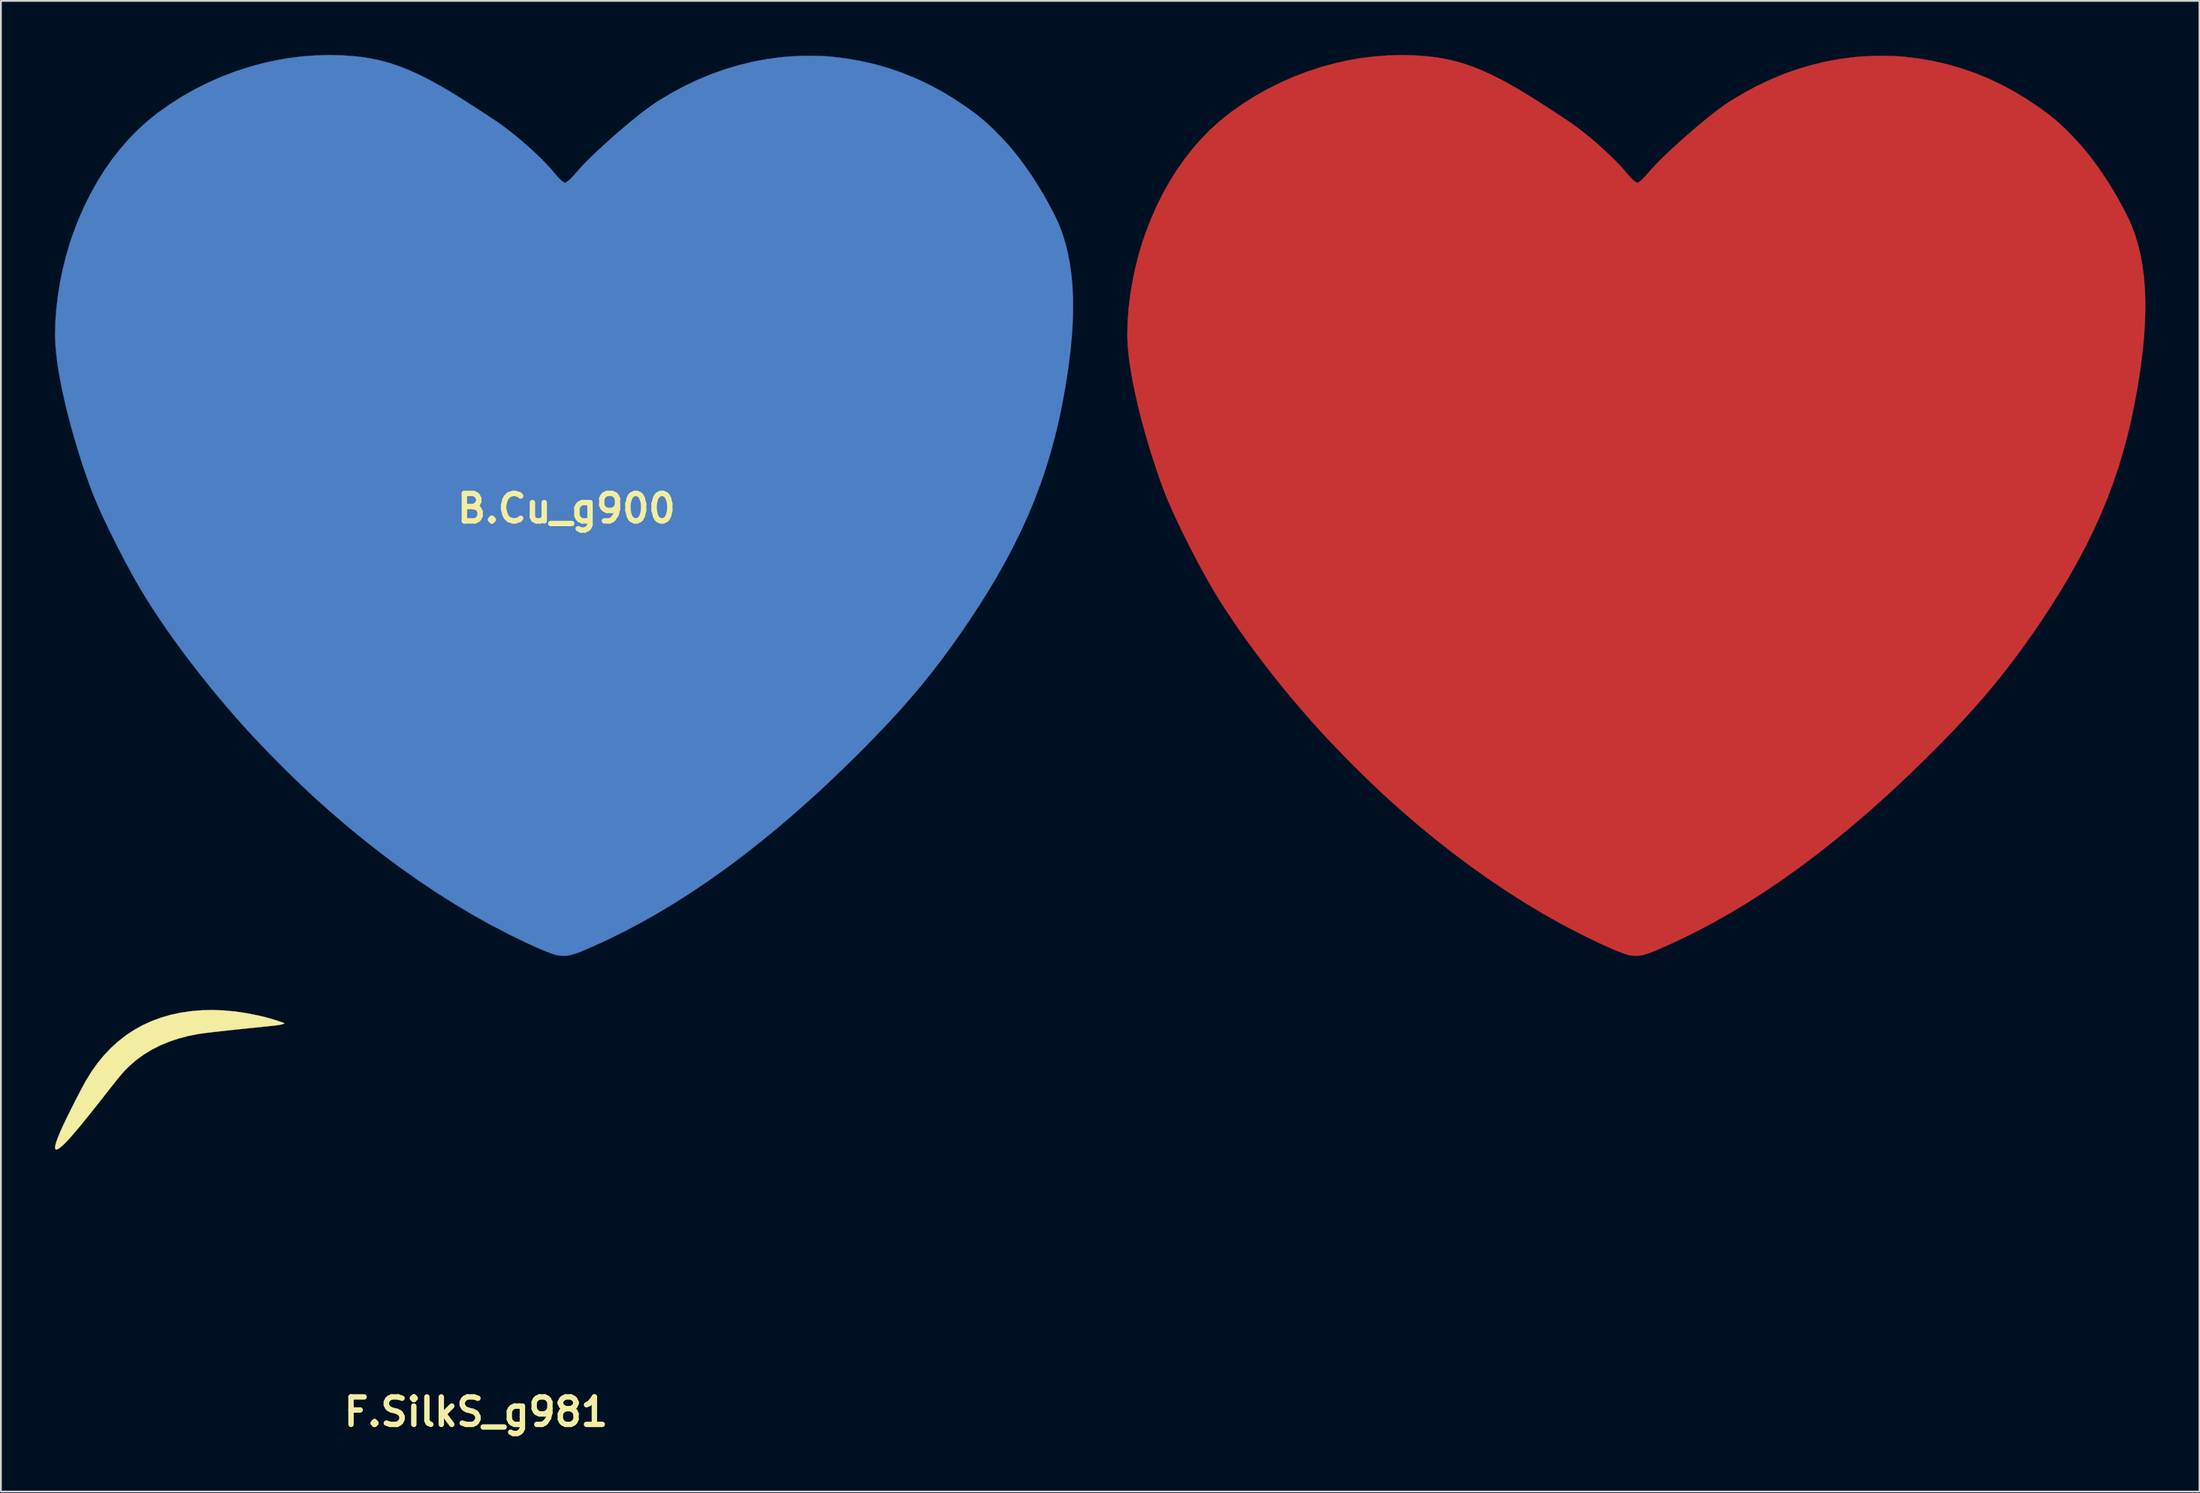
<source format=kicad_pcb>
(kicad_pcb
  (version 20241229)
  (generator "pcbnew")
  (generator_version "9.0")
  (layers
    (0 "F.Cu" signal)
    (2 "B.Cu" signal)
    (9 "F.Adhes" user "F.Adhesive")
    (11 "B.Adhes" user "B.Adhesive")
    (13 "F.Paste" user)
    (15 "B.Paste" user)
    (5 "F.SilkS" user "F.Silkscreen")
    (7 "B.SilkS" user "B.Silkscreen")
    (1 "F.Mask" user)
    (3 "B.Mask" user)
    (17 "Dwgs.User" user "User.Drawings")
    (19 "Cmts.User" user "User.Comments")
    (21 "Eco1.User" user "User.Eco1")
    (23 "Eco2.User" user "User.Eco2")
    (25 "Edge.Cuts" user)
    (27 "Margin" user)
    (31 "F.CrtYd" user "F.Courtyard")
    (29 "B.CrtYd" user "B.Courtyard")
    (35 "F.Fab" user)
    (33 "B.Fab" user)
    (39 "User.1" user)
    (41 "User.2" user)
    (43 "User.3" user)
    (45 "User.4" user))
  (footprint "F.Cu_g902"
    (layer "F.Cu")
    (at 87.839 25.17)
    (property "Reference" "F.Cu_g902" (at 0 0 0) (layer "F.Cu") (effects (font (size 1.524 1.524) (thickness 0.3))))
    (attr through_hole)
    (fp_poly (pts (xy -12.423 -25.149) (xy -11.701 -25.095) (xy -11.673 -25.092) (xy -11.258 -25.041) (xy -10.851 -24.975) (xy -10.449 -24.893) (xy -10.05 -24.792) (xy -9.649 -24.673) (xy -9.245 -24.533) (xy -8.833 -24.372) (xy -8.412 -24.188) (xy -7.977 -23.98) (xy -7.525 -23.747) (xy -7.054 -23.488) (xy -6.561 -23.201) (xy -6.042 -22.885) (xy -5.916 -22.807) (xy -5.779 -22.721) (xy -5.621 -22.62) (xy -5.445 -22.508) (xy -5.258 -22.387) (xy -5.063 -22.261) (xy -4.864 -22.132) (xy -4.667 -22.004) (xy -4.476 -21.878) (xy -4.295 -21.76) (xy -4.129 -21.65) (xy -3.982 -21.553) (xy -3.86 -21.47) (xy -3.766 -21.406) (xy -3.725 -21.378) (xy -3.412 -21.149) (xy -3.091 -20.901) (xy -2.767 -20.64) (xy -2.443 -20.369) (xy -2.126 -20.092) (xy -1.82 -19.813) (xy -1.528 -19.536) (xy -1.255 -19.266) (xy -1.007 -19.007) (xy -0.788 -18.763) (xy -0.655 -18.604) (xy -0.505 -18.426) (xy -0.373 -18.286) (xy -0.258 -18.183) (xy -0.161 -18.117) (xy -0.159 -18.117) (xy -0.068 -18.068) (xy 0.022 -18.127) (xy 0.094 -18.179) (xy 0.168 -18.241) (xy 0.249 -18.317) (xy 0.34 -18.413) (xy 0.449 -18.534) (xy 0.548 -18.648) (xy 0.716 -18.839) (xy 0.888 -19.027) (xy 1.072 -19.219) (xy 1.273 -19.421) (xy 1.497 -19.637) (xy 1.693 -19.823) (xy 2.071 -20.173) (xy 2.447 -20.512) (xy 2.817 -20.838) (xy 3.179 -21.15) (xy 3.53 -21.444) (xy 3.867 -21.718) (xy 4.188 -21.971) (xy 4.491 -22.199) (xy 4.771 -22.402) (xy 5.027 -22.575) (xy 5.117 -22.633) (xy 5.835 -23.063) (xy 6.564 -23.454) (xy 7.304 -23.804) (xy 8.054 -24.114) (xy 8.814 -24.383) (xy 9.583 -24.611) (xy 10.359 -24.799) (xy 11.143 -24.944) (xy 11.843 -25.039) (xy 12.212 -25.074) (xy 12.605 -25.099) (xy 13.013 -25.115) (xy 13.424 -25.122) (xy 13.829 -25.119) (xy 14.218 -25.107) (xy 14.58 -25.084) (xy 14.721 -25.072) (xy 15.525 -24.975) (xy 16.315 -24.837) (xy 17.093 -24.659) (xy 17.858 -24.44) (xy 18.609 -24.182) (xy 19.348 -23.883) (xy 20.074 -23.543) (xy 20.787 -23.164) (xy 21.487 -22.744) (xy 22.174 -22.283) (xy 22.574 -21.992) (xy 22.788 -21.829) (xy 22.98 -21.677) (xy 23.159 -21.528) (xy 23.335 -21.373) (xy 23.514 -21.206) (xy 23.708 -21.02) (xy 23.835 -20.893) (xy 24.194 -20.523) (xy 24.532 -20.151) (xy 24.855 -19.767) (xy 25.17 -19.366) (xy 25.482 -18.94) (xy 25.797 -18.481) (xy 25.855 -18.394) (xy 26.046 -18.099) (xy 26.238 -17.79) (xy 26.427 -17.472) (xy 26.61 -17.153) (xy 26.785 -16.837) (xy 26.947 -16.531) (xy 27.094 -16.24) (xy 27.223 -15.97) (xy 27.33 -15.727) (xy 27.345 -15.691) (xy 27.531 -15.191) (xy 27.691 -14.666) (xy 27.824 -14.116) (xy 27.931 -13.54) (xy 28.012 -12.936) (xy 28.067 -12.305) (xy 28.096 -11.646) (xy 28.098 -10.956) (xy 28.075 -10.237) (xy 28.025 -9.487) (xy 27.949 -8.705) (xy 27.848 -7.891) (xy 27.822 -7.705) (xy 27.67 -6.73) (xy 27.498 -5.783) (xy 27.305 -4.861) (xy 27.089 -3.959) (xy 26.849 -3.076) (xy 26.583 -2.208) (xy 26.292 -1.352) (xy 25.972 -0.505) (xy 25.624 0.336) (xy 25.246 1.174) (xy 24.837 2.012) (xy 24.396 2.854) (xy 23.921 3.702) (xy 23.411 4.56) (xy 22.865 5.43) (xy 22.372 6.181) (xy 21.839 6.964) (xy 21.309 7.711) (xy 20.779 8.43) (xy 20.242 9.126) (xy 19.695 9.805) (xy 19.132 10.474) (xy 18.574 11.112) (xy 18.233 11.488) (xy 17.863 11.887) (xy 17.469 12.304) (xy 17.054 12.735) (xy 16.624 13.174) (xy 16.181 13.619) (xy 15.731 14.065) (xy 15.277 14.507) (xy 14.824 14.942) (xy 14.377 15.365) (xy 13.939 15.772) (xy 13.778 15.919) (xy 12.785 16.807) (xy 11.799 17.655) (xy 10.818 18.462) (xy 9.843 19.23) (xy 8.871 19.959) (xy 7.902 20.649) (xy 6.936 21.301) (xy 5.97 21.917) (xy 5.004 22.496) (xy 4.038 23.039) (xy 3.07 23.546) (xy 2.099 24.02) (xy 1.173 24.438) (xy 0.887 24.558) (xy 0.636 24.656) (xy 0.418 24.731) (xy 0.236 24.783) (xy 0.175 24.797) (xy -0.01 24.823) (xy -0.214 24.826) (xy -0.417 24.809) (xy -0.582 24.777) (xy -0.735 24.732) (xy -0.922 24.666) (xy -1.142 24.581) (xy -1.392 24.478) (xy -1.67 24.357) (xy -1.973 24.22) (xy -2.3 24.068) (xy -2.648 23.901) (xy -3.016 23.721) (xy -3.302 23.578) (xy -4.288 23.062) (xy -5.279 22.506) (xy -6.274 21.91) (xy -7.27 21.278) (xy -8.266 20.608) (xy -9.259 19.904) (xy -10.248 19.167) (xy -11.231 18.397) (xy -12.205 17.596) (xy -13.169 16.766) (xy -13.832 16.174) (xy -14.301 15.741) (xy -14.787 15.28) (xy -15.285 14.799) (xy -15.786 14.303) (xy -16.284 13.801) (xy -16.772 13.297) (xy -17.244 12.8) (xy -17.693 12.316) (xy -17.728 12.277) (xy -18.248 11.698) (xy -18.765 11.104) (xy -19.279 10.497) (xy -19.785 9.882) (xy -20.282 9.26) (xy -20.768 8.636) (xy -21.239 8.013) (xy -21.693 7.395) (xy -22.127 6.784) (xy -22.539 6.184) (xy -22.927 5.599) (xy -23.288 5.032) (xy -23.619 4.486) (xy -23.754 4.255) (xy -23.984 3.85) (xy -24.219 3.423) (xy -24.457 2.98) (xy -24.695 2.527) (xy -24.93 2.068) (xy -25.16 1.61) (xy -25.382 1.158) (xy -25.592 0.717) (xy -25.788 0.295) (xy -25.968 -0.105) (xy -26.127 -0.476) (xy -26.158 -0.55) (xy -26.301 -0.906) (xy -26.449 -1.297) (xy -26.6 -1.719) (xy -26.753 -2.166) (xy -26.907 -2.631) (xy -27.058 -3.111) (xy -27.206 -3.598) (xy -27.349 -4.088) (xy -27.485 -4.574) (xy -27.612 -5.051) (xy -27.728 -5.513) (xy -27.767 -5.674) (xy -27.912 -6.309) (xy -28.037 -6.906) (xy -28.141 -7.469) (xy -28.225 -7.996) (xy -28.289 -8.489) (xy -28.333 -8.949) (xy -28.358 -9.377) (xy -28.363 -9.673) (xy -28.345 -10.369) (xy -28.293 -11.083) (xy -28.208 -11.807) (xy -28.09 -12.536) (xy -27.942 -13.264) (xy -27.764 -13.985) (xy -27.557 -14.692) (xy -27.342 -15.325) (xy -27.053 -16.07) (xy -26.736 -16.79) (xy -26.391 -17.482) (xy -26.019 -18.145) (xy -25.622 -18.78) (xy -25.199 -19.383) (xy -24.752 -19.956) (xy -24.281 -20.496) (xy -23.787 -21.002) (xy -23.27 -21.473) (xy -22.733 -21.909) (xy -22.659 -21.964) (xy -21.996 -22.435) (xy -21.308 -22.871) (xy -20.598 -23.273) (xy -19.868 -23.638) (xy -19.119 -23.967) (xy -18.355 -24.259) (xy -17.577 -24.512) (xy -16.788 -24.725) (xy -16.14 -24.868) (xy -15.401 -24.996) (xy -14.654 -25.089) (xy -13.905 -25.145) (xy -13.16 -25.165) (xy -12.423 -25.149)) (stroke (width 0.01) (type solid)) (fill yes) (layer "F.Cu")))
  (footprint "B.Cu_g900"
    (layer "F.Cu")
    (at 28.368 25.17)
    (property "Reference" "B.Cu_g900" (at 0 0 0) (layer "F.SilkS") (effects (font (size 1.524 1.524) (thickness 0.3))))
    (attr through_hole)
    (fp_poly (pts (xy -12.423 -25.149) (xy -11.701 -25.095) (xy -11.673 -25.092) (xy -11.258 -25.041) (xy -10.851 -24.975) (xy -10.449 -24.893) (xy -10.05 -24.792) (xy -9.649 -24.673) (xy -9.245 -24.533) (xy -8.833 -24.372) (xy -8.412 -24.188) (xy -7.977 -23.98) (xy -7.525 -23.747) (xy -7.054 -23.488) (xy -6.561 -23.201) (xy -6.042 -22.885) (xy -5.916 -22.807) (xy -5.779 -22.721) (xy -5.621 -22.62) (xy -5.445 -22.508) (xy -5.258 -22.387) (xy -5.063 -22.261) (xy -4.864 -22.132) (xy -4.667 -22.004) (xy -4.476 -21.878) (xy -4.295 -21.76) (xy -4.129 -21.65) (xy -3.982 -21.553) (xy -3.86 -21.47) (xy -3.766 -21.406) (xy -3.725 -21.378) (xy -3.412 -21.149) (xy -3.091 -20.901) (xy -2.767 -20.64) (xy -2.443 -20.369) (xy -2.126 -20.092) (xy -1.82 -19.813) (xy -1.528 -19.536) (xy -1.255 -19.266) (xy -1.007 -19.007) (xy -0.788 -18.763) (xy -0.655 -18.604) (xy -0.505 -18.426) (xy -0.373 -18.286) (xy -0.258 -18.183) (xy -0.161 -18.117) (xy -0.159 -18.117) (xy -0.068 -18.068) (xy 0.022 -18.127) (xy 0.094 -18.179) (xy 0.168 -18.241) (xy 0.249 -18.317) (xy 0.34 -18.413) (xy 0.449 -18.534) (xy 0.548 -18.648) (xy 0.716 -18.839) (xy 0.888 -19.027) (xy 1.072 -19.219) (xy 1.273 -19.421) (xy 1.497 -19.637) (xy 1.693 -19.823) (xy 2.071 -20.173) (xy 2.447 -20.512) (xy 2.817 -20.838) (xy 3.179 -21.15) (xy 3.53 -21.444) (xy 3.867 -21.718) (xy 4.188 -21.971) (xy 4.491 -22.199) (xy 4.771 -22.402) (xy 5.027 -22.575) (xy 5.117 -22.633) (xy 5.835 -23.063) (xy 6.564 -23.454) (xy 7.304 -23.804) (xy 8.054 -24.114) (xy 8.814 -24.383) (xy 9.583 -24.611) (xy 10.359 -24.799) (xy 11.143 -24.944) (xy 11.843 -25.039) (xy 12.212 -25.074) (xy 12.605 -25.099) (xy 13.013 -25.115) (xy 13.424 -25.122) (xy 13.829 -25.119) (xy 14.218 -25.107) (xy 14.58 -25.084) (xy 14.721 -25.072) (xy 15.525 -24.975) (xy 16.315 -24.837) (xy 17.093 -24.659) (xy 17.858 -24.44) (xy 18.609 -24.182) (xy 19.348 -23.883) (xy 20.074 -23.543) (xy 20.787 -23.164) (xy 21.487 -22.744) (xy 22.174 -22.283) (xy 22.574 -21.992) (xy 22.788 -21.829) (xy 22.98 -21.677) (xy 23.159 -21.528) (xy 23.335 -21.373) (xy 23.514 -21.206) (xy 23.708 -21.02) (xy 23.835 -20.893) (xy 24.194 -20.523) (xy 24.532 -20.151) (xy 24.855 -19.767) (xy 25.17 -19.366) (xy 25.482 -18.94) (xy 25.797 -18.481) (xy 25.855 -18.394) (xy 26.046 -18.099) (xy 26.238 -17.79) (xy 26.427 -17.472) (xy 26.61 -17.153) (xy 26.785 -16.837) (xy 26.947 -16.531) (xy 27.094 -16.24) (xy 27.223 -15.97) (xy 27.33 -15.727) (xy 27.345 -15.691) (xy 27.531 -15.191) (xy 27.691 -14.666) (xy 27.824 -14.116) (xy 27.931 -13.54) (xy 28.012 -12.936) (xy 28.067 -12.305) (xy 28.096 -11.646) (xy 28.098 -10.956) (xy 28.075 -10.237) (xy 28.025 -9.487) (xy 27.949 -8.705) (xy 27.848 -7.891) (xy 27.822 -7.705) (xy 27.67 -6.73) (xy 27.498 -5.783) (xy 27.305 -4.861) (xy 27.089 -3.959) (xy 26.849 -3.076) (xy 26.583 -2.208) (xy 26.292 -1.352) (xy 25.972 -0.505) (xy 25.624 0.336) (xy 25.246 1.174) (xy 24.837 2.012) (xy 24.396 2.854) (xy 23.921 3.702) (xy 23.411 4.56) (xy 22.865 5.43) (xy 22.372 6.181) (xy 21.839 6.964) (xy 21.309 7.711) (xy 20.779 8.43) (xy 20.242 9.126) (xy 19.695 9.805) (xy 19.132 10.474) (xy 18.574 11.112) (xy 18.233 11.488) (xy 17.863 11.887) (xy 17.469 12.304) (xy 17.054 12.735) (xy 16.624 13.174) (xy 16.181 13.619) (xy 15.731 14.065) (xy 15.277 14.507) (xy 14.824 14.942) (xy 14.377 15.365) (xy 13.939 15.772) (xy 13.778 15.919) (xy 12.785 16.807) (xy 11.799 17.655) (xy 10.818 18.462) (xy 9.843 19.23) (xy 8.871 19.959) (xy 7.902 20.649) (xy 6.936 21.301) (xy 5.97 21.917) (xy 5.004 22.496) (xy 4.038 23.039) (xy 3.07 23.546) (xy 2.099 24.02) (xy 1.173 24.438) (xy 0.887 24.558) (xy 0.636 24.656) (xy 0.418 24.731) (xy 0.236 24.783) (xy 0.175 24.797) (xy -0.01 24.823) (xy -0.214 24.826) (xy -0.417 24.809) (xy -0.582 24.777) (xy -0.735 24.732) (xy -0.922 24.666) (xy -1.142 24.581) (xy -1.392 24.478) (xy -1.67 24.357) (xy -1.973 24.22) (xy -2.3 24.068) (xy -2.648 23.901) (xy -3.016 23.721) (xy -3.302 23.578) (xy -4.288 23.062) (xy -5.279 22.506) (xy -6.274 21.91) (xy -7.27 21.278) (xy -8.266 20.608) (xy -9.259 19.904) (xy -10.248 19.167) (xy -11.231 18.397) (xy -12.205 17.596) (xy -13.169 16.766) (xy -13.832 16.174) (xy -14.301 15.741) (xy -14.787 15.28) (xy -15.285 14.799) (xy -15.786 14.303) (xy -16.284 13.801) (xy -16.772 13.297) (xy -17.244 12.8) (xy -17.693 12.316) (xy -17.728 12.277) (xy -18.248 11.698) (xy -18.765 11.104) (xy -19.279 10.497) (xy -19.785 9.882) (xy -20.282 9.26) (xy -20.768 8.636) (xy -21.239 8.013) (xy -21.693 7.395) (xy -22.127 6.784) (xy -22.539 6.184) (xy -22.927 5.599) (xy -23.288 5.032) (xy -23.619 4.486) (xy -23.754 4.255) (xy -23.984 3.85) (xy -24.219 3.423) (xy -24.457 2.98) (xy -24.695 2.527) (xy -24.93 2.068) (xy -25.16 1.61) (xy -25.382 1.158) (xy -25.592 0.717) (xy -25.788 0.295) (xy -25.968 -0.105) (xy -26.127 -0.476) (xy -26.158 -0.55) (xy -26.301 -0.906) (xy -26.449 -1.297) (xy -26.6 -1.719) (xy -26.753 -2.166) (xy -26.907 -2.631) (xy -27.058 -3.111) (xy -27.206 -3.598) (xy -27.349 -4.088) (xy -27.485 -4.574) (xy -27.612 -5.051) (xy -27.728 -5.513) (xy -27.767 -5.674) (xy -27.912 -6.309) (xy -28.037 -6.906) (xy -28.141 -7.469) (xy -28.225 -7.996) (xy -28.289 -8.489) (xy -28.333 -8.949) (xy -28.358 -9.377) (xy -28.363 -9.673) (xy -28.345 -10.369) (xy -28.293 -11.083) (xy -28.208 -11.807) (xy -28.09 -12.536) (xy -27.942 -13.264) (xy -27.764 -13.985) (xy -27.557 -14.692) (xy -27.342 -15.325) (xy -27.053 -16.07) (xy -26.736 -16.79) (xy -26.391 -17.482) (xy -26.019 -18.145) (xy -25.622 -18.78) (xy -25.199 -19.383) (xy -24.752 -19.956) (xy -24.281 -20.496) (xy -23.787 -21.002) (xy -23.27 -21.473) (xy -22.733 -21.909) (xy -22.659 -21.964) (xy -21.996 -22.435) (xy -21.308 -22.871) (xy -20.598 -23.273) (xy -19.868 -23.638) (xy -19.119 -23.967) (xy -18.355 -24.259) (xy -17.577 -24.512) (xy -16.788 -24.725) (xy -16.14 -24.868) (xy -15.401 -24.996) (xy -14.654 -25.089) (xy -13.905 -25.145) (xy -13.16 -25.165) (xy -12.423 -25.149)) (stroke (width 0.01) (type solid)) (fill yes) (layer "B.Cu")))
  (footprint "F.SilkS_g981"
    (layer "F.Cu")
    (at 23.349 75.313)
    (property "Reference" "F.SilkS_g981" (at 0 0 0) (layer "F.SilkS") (effects (font (size 1.524 1.524) (thickness 0.3))))
    (attr through_hole)
    (fp_poly (pts (xy -13.987 -22.284) (xy -13.358 -22.226) (xy -12.718 -22.132) (xy -12.068 -22.002) (xy -11.664 -21.905) (xy -11.536 -21.87) (xy -11.398 -21.831) (xy -11.256 -21.789) (xy -11.115 -21.745) (xy -10.981 -21.703) (xy -10.861 -21.662) (xy -10.76 -21.627) (xy -10.683 -21.598) (xy -10.637 -21.577) (xy -10.626 -21.567) (xy -10.645 -21.55) (xy -10.699 -21.53) (xy -10.779 -21.507) (xy -10.878 -21.486) (xy -10.987 -21.467) (xy -11.007 -21.464) (xy -11.061 -21.457) (xy -11.153 -21.447) (xy -11.276 -21.433) (xy -11.425 -21.417) (xy -11.596 -21.399) (xy -11.783 -21.38) (xy -11.981 -21.359) (xy -12.107 -21.346) (xy -12.593 -21.297) (xy -13.044 -21.25) (xy -13.462 -21.206) (xy -13.844 -21.165) (xy -14.19 -21.127) (xy -14.498 -21.092) (xy -14.769 -21.06) (xy -15.001 -21.031) (xy -15.193 -21.006) (xy -15.344 -20.984) (xy -15.401 -20.975) (xy -15.972 -20.863) (xy -16.517 -20.719) (xy -17.036 -20.543) (xy -17.529 -20.337) (xy -17.994 -20.1) (xy -18.43 -19.832) (xy -18.838 -19.535) (xy -19.216 -19.207) (xy -19.421 -19.005) (xy -19.482 -18.941) (xy -19.542 -18.875) (xy -19.605 -18.806) (xy -19.671 -18.728) (xy -19.745 -18.64) (xy -19.829 -18.539) (xy -19.925 -18.42) (xy -20.036 -18.281) (xy -20.165 -18.118) (xy -20.314 -17.929) (xy -20.485 -17.711) (xy -20.522 -17.664) (xy -20.832 -17.268) (xy -21.119 -16.905) (xy -21.383 -16.574) (xy -21.624 -16.273) (xy -21.845 -16.002) (xy -22.046 -15.758) (xy -22.229 -15.541) (xy -22.394 -15.35) (xy -22.542 -15.182) (xy -22.675 -15.038) (xy -22.794 -14.915) (xy -22.899 -14.812) (xy -22.992 -14.729) (xy -23.074 -14.664) (xy -23.133 -14.623) (xy -23.211 -14.58) (xy -23.268 -14.565) (xy -23.309 -14.578) (xy -23.326 -14.595) (xy -23.344 -14.645) (xy -23.341 -14.729) (xy -23.317 -14.847) (xy -23.272 -14.999) (xy -23.205 -15.186) (xy -23.116 -15.409) (xy -23.058 -15.547) (xy -22.994 -15.693) (xy -22.912 -15.87) (xy -22.816 -16.074) (xy -22.708 -16.298) (xy -22.59 -16.538) (xy -22.466 -16.788) (xy -22.338 -17.043) (xy -22.209 -17.297) (xy -22.082 -17.544) (xy -21.959 -17.78) (xy -21.844 -17.998) (xy -21.738 -18.194) (xy -21.645 -18.362) (xy -21.627 -18.394) (xy -21.32 -18.893) (xy -20.987 -19.362) (xy -20.627 -19.799) (xy -20.243 -20.202) (xy -19.835 -20.572) (xy -19.403 -20.908) (xy -18.949 -21.207) (xy -18.934 -21.216) (xy -18.464 -21.475) (xy -17.972 -21.699) (xy -17.457 -21.888) (xy -16.922 -22.042) (xy -16.368 -22.161) (xy -15.796 -22.245) (xy -15.208 -22.293) (xy -14.604 -22.306) (xy -13.987 -22.284)) (stroke (width 0.01) (type solid)) (fill yes) (layer "F.SilkS")))
  (gr_rect
    (start -3 -3)
    (end 118.942 79.731)
    (stroke (width 0.1) (type default))
    (fill no)
    (layer "Edge.Cuts")))
</source>
